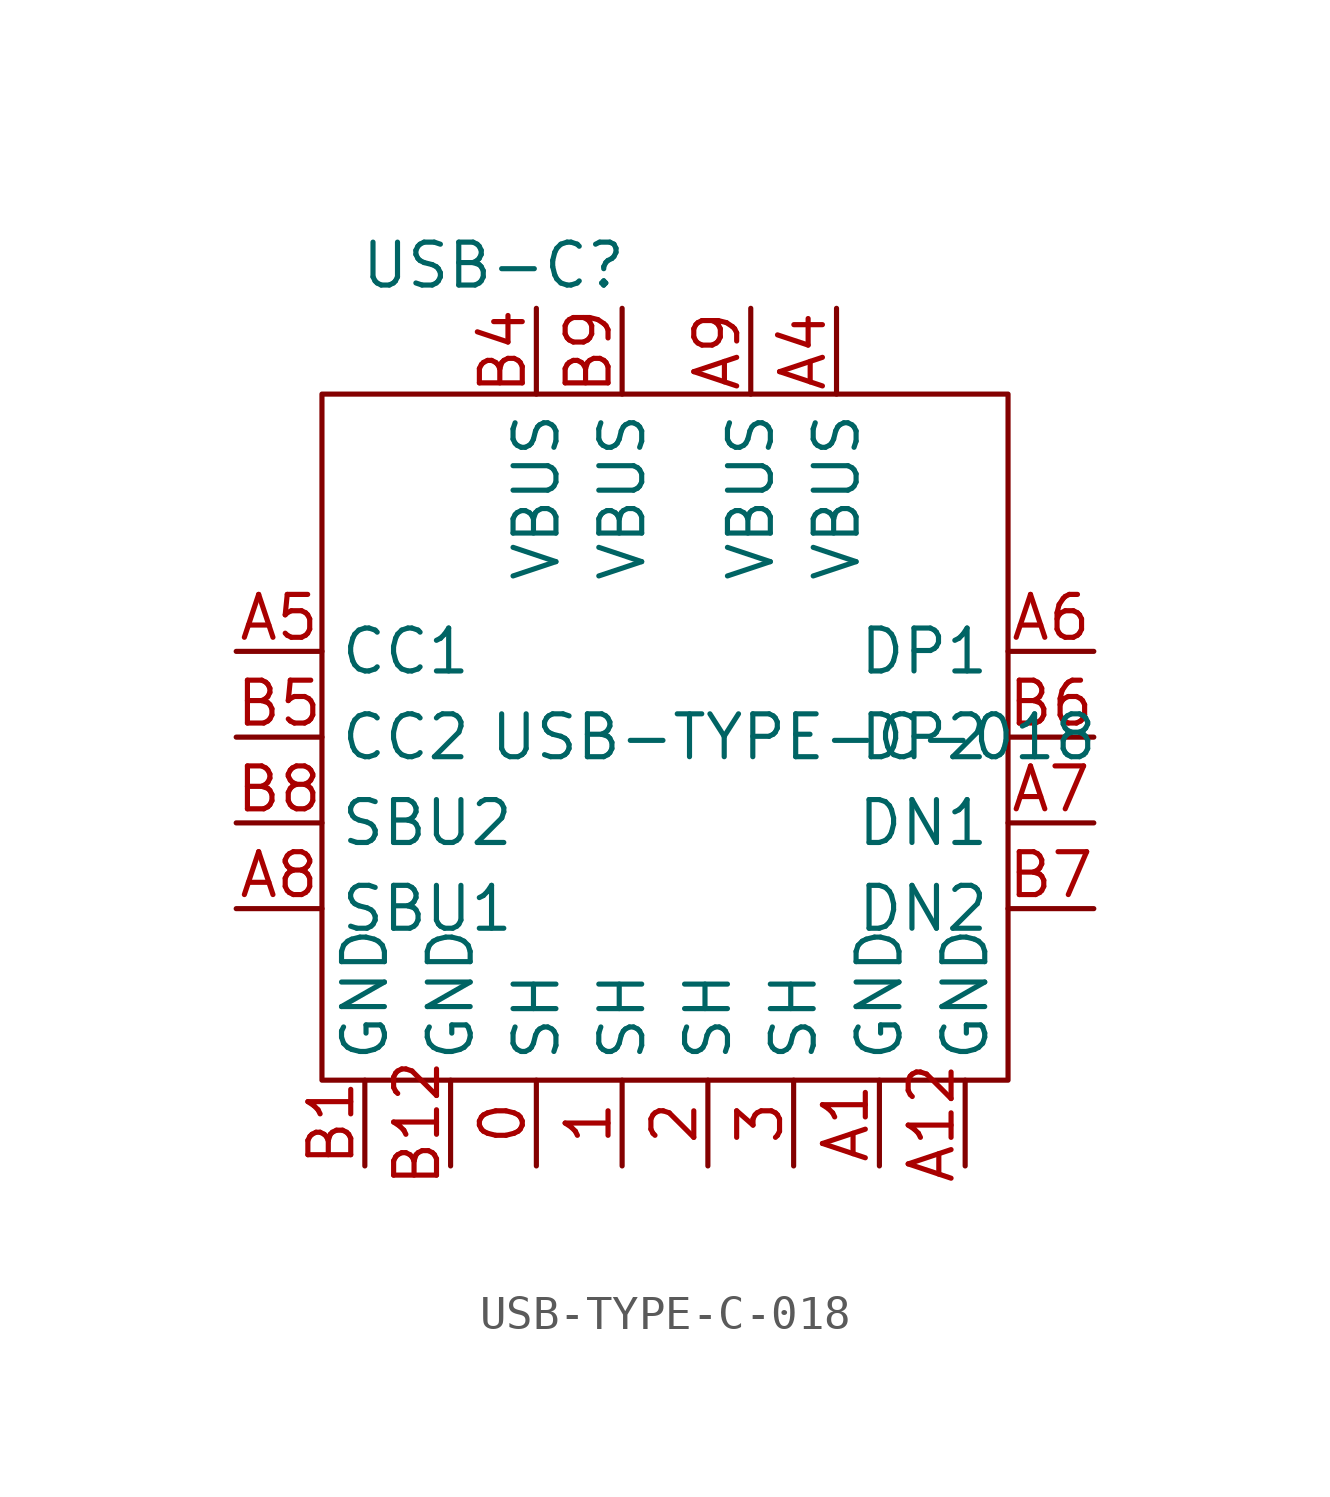
<source format=kicad_sym>
(kicad_symbol_lib
  (version 20211014)
  (generator kicad_symbol_editor)
  (symbol "USB-TYPE-C-018"
    (property "Reference" "USB-C"
      (at 0 0 0)
      (effects (font (size 1.27 1.27))))
    (property "Value" "USB-TYPE-C-018"
      (at 8.89 -13.97 0)
      (effects (font (size 1.27 1.27))))
    (symbol "USB-TYPE-C-018_0_1"
      (rectangle (start -5.08 -3.81) (end 15.24 -24.13) (stroke (width 0) (type default) (color 0 0 0 0)) (fill (type none))))
    (symbol "USB-TYPE-C-018_1_1"
      (pin bidirectional line (at 1.27 -26.67 90) (length 2.54) (name "SH" (effects (font (size 1.27 1.27)))) (number "0" (effects (font (size 1.27 1.27)))))
      (pin bidirectional line (at 3.81 -26.67 90) (length 2.54) (name "SH" (effects (font (size 1.27 1.27)))) (number "1" (effects (font (size 1.27 1.27)))))
      (pin bidirectional line (at 6.35 -26.67 90) (length 2.54) (name "SH" (effects (font (size 1.27 1.27)))) (number "2" (effects (font (size 1.27 1.27)))))
      (pin bidirectional line (at 8.89 -26.67 90) (length 2.54) (name "SH" (effects (font (size 1.27 1.27)))) (number "3" (effects (font (size 1.27 1.27)))))
      (pin bidirectional line (at 11.43 -26.67 90) (length 2.54) (name "GND" (effects (font (size 1.27 1.27)))) (number "A1" (effects (font (size 1.27 1.27)))))
      (pin bidirectional line (at 13.97 -26.67 90) (length 2.54) (name "GND" (effects (font (size 1.27 1.27)))) (number "A12" (effects (font (size 1.27 1.27)))))
      (pin bidirectional line (at 10.16 -1.27 270) (length 2.54) (name "VBUS" (effects (font (size 1.27 1.27)))) (number "A4" (effects (font (size 1.27 1.27)))))
      (pin bidirectional line (at -7.62 -11.43 0) (length 2.54) (name "CC1" (effects (font (size 1.27 1.27)))) (number "A5" (effects (font (size 1.27 1.27)))))
      (pin bidirectional line (at 17.78 -11.43 180) (length 2.54) (name "DP1" (effects (font (size 1.27 1.27)))) (number "A6" (effects (font (size 1.27 1.27)))))
      (pin bidirectional line (at 17.78 -16.51 180) (length 2.54) (name "DN1" (effects (font (size 1.27 1.27)))) (number "A7" (effects (font (size 1.27 1.27)))))
      (pin bidirectional line (at -7.62 -19.05 0) (length 2.54) (name "SBU1" (effects (font (size 1.27 1.27)))) (number "A8" (effects (font (size 1.27 1.27)))))
      (pin bidirectional line (at 7.62 -1.27 270) (length 2.54) (name "VBUS" (effects (font (size 1.27 1.27)))) (number "A9" (effects (font (size 1.27 1.27)))))
      (pin bidirectional line (at -3.81 -26.67 90) (length 2.54) (name "GND" (effects (font (size 1.27 1.27)))) (number "B1" (effects (font (size 1.27 1.27)))))
      (pin bidirectional line (at -1.27 -26.67 90) (length 2.54) (name "GND" (effects (font (size 1.27 1.27)))) (number "B12" (effects (font (size 1.27 1.27)))))
      (pin bidirectional line (at 1.27 -1.27 270) (length 2.54) (name "VBUS" (effects (font (size 1.27 1.27)))) (number "B4" (effects (font (size 1.27 1.27)))))
      (pin bidirectional line (at -7.62 -13.97 0) (length 2.54) (name "CC2" (effects (font (size 1.27 1.27)))) (number "B5" (effects (font (size 1.27 1.27)))))
      (pin bidirectional line (at 17.78 -13.97 180) (length 2.54) (name "DP2" (effects (font (size 1.27 1.27)))) (number "B6" (effects (font (size 1.27 1.27)))))
      (pin bidirectional line (at 17.78 -19.05 180) (length 2.54) (name "DN2" (effects (font (size 1.27 1.27)))) (number "B7" (effects (font (size 1.27 1.27)))))
      (pin bidirectional line (at -7.62 -16.51 0) (length 2.54) (name "SBU2" (effects (font (size 1.27 1.27)))) (number "B8" (effects (font (size 1.27 1.27)))))
      (pin bidirectional line (at 3.81 -1.27 270) (length 2.54) (name "VBUS" (effects (font (size 1.27 1.27)))) (number "B9" (effects (font (size 1.27 1.27))))))))
</source>
